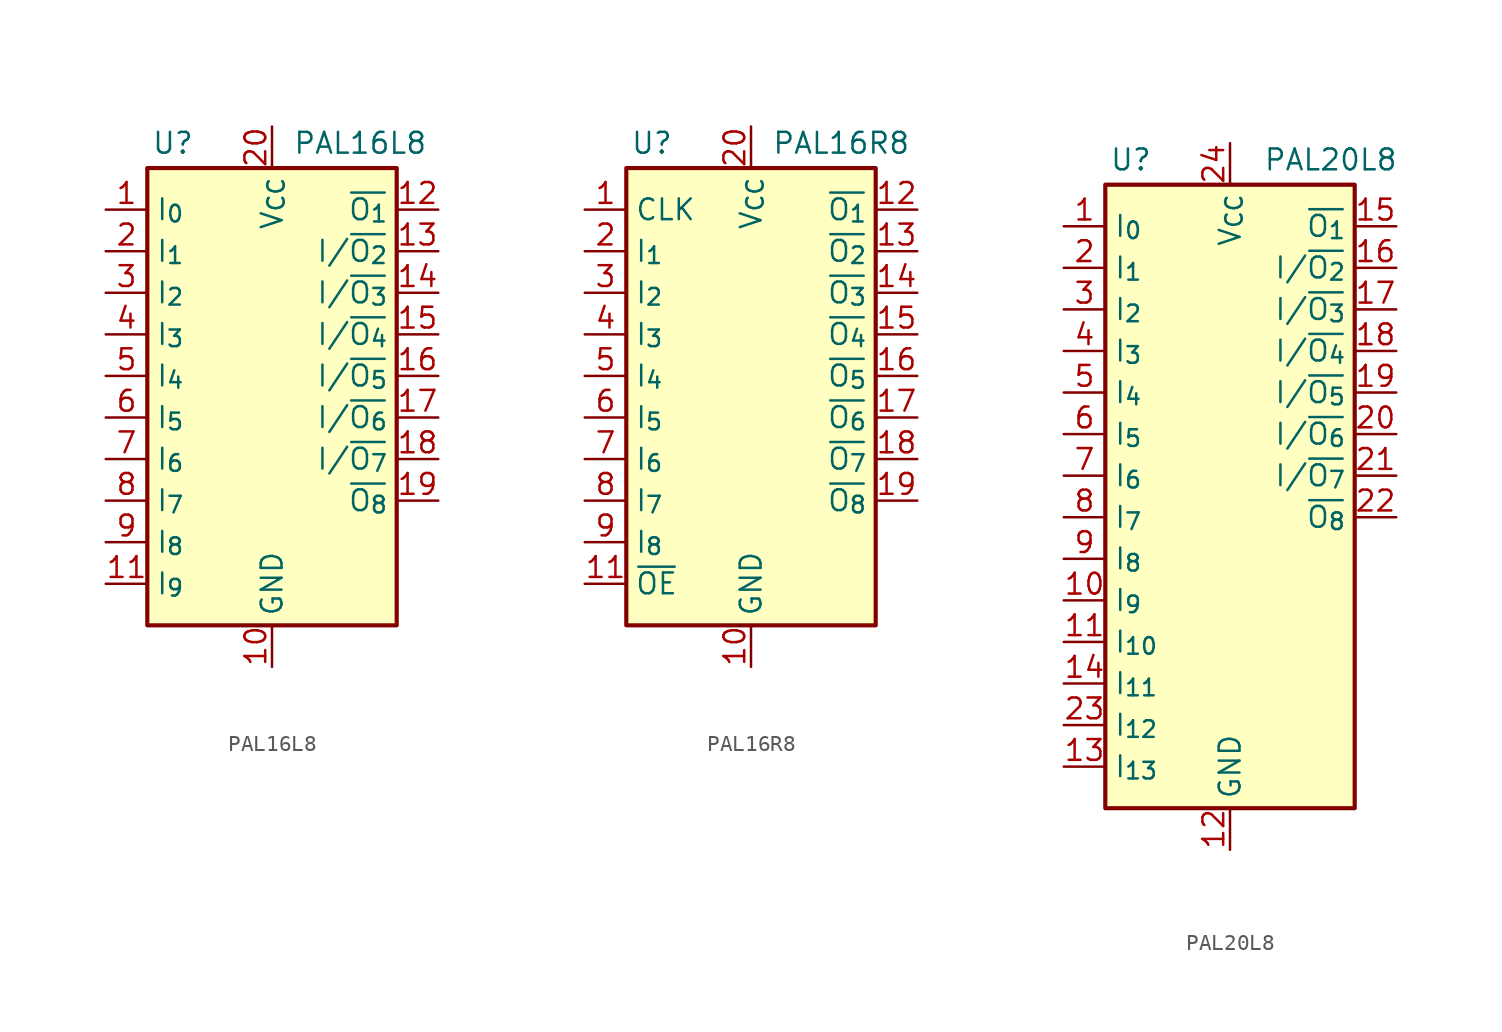
<source format=kicad_sym>
(kicad_symbol_lib
  (version 20241209)
  (generator "kicad_symbol_editor")
  (generator_version "9.0")
  (symbol "PAL16L8"
    (property "Reference" "U"
      (at -7.366 16.764 0)
      (effects (font (size 1.27 1.27)) (justify left)))
    (property "Value" "PAL16L8"
      (at 1.27 16.764 0)
      (effects (font (size 1.27 1.27)) (justify left)))
    (symbol "PAL16L8_0_0"
      (pin power_in line (at 0 -15.24 90) (length 2.54) (name "GND" (effects (font (size 1.27 1.27)))) (number "10" (effects (font (size 1.27 1.27))))))
    (symbol "PAL16L8_0_1"
      (rectangle (start -7.62 15.24) (end 7.62 -12.7) (stroke (width 0.254) (type default)) (fill (type background))))
    (symbol "PAL16L8_1_0"
      (pin power_in line (at 0 17.78 270) (length 2.54) (name "V_{CC}" (effects (font (size 1.27 1.27)))) (number "20" (effects (font (size 1.27 1.27))))))
    (symbol "PAL16L8_1_1"
      (pin input line (at -10.16 12.7 0) (length 2.54) (name "I_{0}" (effects (font (size 1.27 1.27)))) (number "1" (effects (font (size 1.27 1.27)))))
      (pin input line (at -10.16 10.16 0) (length 2.54) (name "I_{1}" (effects (font (size 1.27 1.27)))) (number "2" (effects (font (size 1.27 1.27)))))
      (pin input line (at -10.16 7.62 0) (length 2.54) (name "I_{2}" (effects (font (size 1.27 1.27)))) (number "3" (effects (font (size 1.27 1.27)))))
      (pin input line (at -10.16 5.08 0) (length 2.54) (name "I_{3}" (effects (font (size 1.27 1.27)))) (number "4" (effects (font (size 1.27 1.27)))))
      (pin input line (at -10.16 2.54 0) (length 2.54) (name "I_{4}" (effects (font (size 1.27 1.27)))) (number "5" (effects (font (size 1.27 1.27)))))
      (pin input line (at -10.16 0 0) (length 2.54) (name "I_{5}" (effects (font (size 1.27 1.27)))) (number "6" (effects (font (size 1.27 1.27)))))
      (pin input line (at -10.16 -2.54 0) (length 2.54) (name "I_{6}" (effects (font (size 1.27 1.27)))) (number "7" (effects (font (size 1.27 1.27)))))
      (pin input line (at -10.16 -5.08 0) (length 2.54) (name "I_{7}" (effects (font (size 1.27 1.27)))) (number "8" (effects (font (size 1.27 1.27)))))
      (pin input line (at -10.16 -7.62 0) (length 2.54) (name "I_{8}" (effects (font (size 1.27 1.27)))) (number "9" (effects (font (size 1.27 1.27)))))
      (pin input line (at -10.16 -10.16 0) (length 2.54) (name "I_{9}" (effects (font (size 1.27 1.27)))) (number "11" (effects (font (size 1.27 1.27)))))
      (pin tri_state line (at 10.16 12.7 180) (length 2.54) (name "~{O_{1}}" (effects (font (size 1.27 1.27)))) (number "12" (effects (font (size 1.27 1.27)))))
      (pin bidirectional line (at 10.16 10.16 180) (length 2.54) (name "I/~{O_{2}}" (effects (font (size 1.27 1.27)))) (number "13" (effects (font (size 1.27 1.27)))))
      (pin bidirectional line (at 10.16 7.62 180) (length 2.54) (name "I/~{O_{3}}" (effects (font (size 1.27 1.27)))) (number "14" (effects (font (size 1.27 1.27)))))
      (pin bidirectional line (at 10.16 5.08 180) (length 2.54) (name "I/~{O_{4}}" (effects (font (size 1.27 1.27)))) (number "15" (effects (font (size 1.27 1.27)))))
      (pin bidirectional line (at 10.16 2.54 180) (length 2.54) (name "I/~{O_{5}}" (effects (font (size 1.27 1.27)))) (number "16" (effects (font (size 1.27 1.27)))))
      (pin bidirectional line (at 10.16 0 180) (length 2.54) (name "I/~{O_{6}}" (effects (font (size 1.27 1.27)))) (number "17" (effects (font (size 1.27 1.27)))))
      (pin bidirectional line (at 10.16 -2.54 180) (length 2.54) (name "I/~{O_{7}}" (effects (font (size 1.27 1.27)))) (number "18" (effects (font (size 1.27 1.27)))))
      (pin tri_state line (at 10.16 -5.08 180) (length 2.54) (name "~{O_{8}}" (effects (font (size 1.27 1.27)))) (number "19" (effects (font (size 1.27 1.27)))))))
  (symbol "PAL16R8"
    (property "Reference" "U"
      (at -7.366 16.764 0)
      (effects (font (size 1.27 1.27)) (justify left)))
    (property "Value" "PAL16R8"
      (at 1.27 16.764 0)
      (effects (font (size 1.27 1.27)) (justify left)))
    (symbol "PAL16R8_0_0"
      (pin power_in line (at 0 -15.24 90) (length 2.54) (name "GND" (effects (font (size 1.27 1.27)))) (number "10" (effects (font (size 1.27 1.27))))))
    (symbol "PAL16R8_0_1"
      (rectangle (start -7.62 15.24) (end 7.62 -12.7) (stroke (width 0.254) (type default)) (fill (type background))))
    (symbol "PAL16R8_1_0"
      (pin power_in line (at 0 17.78 270) (length 2.54) (name "V_{CC}" (effects (font (size 1.27 1.27)))) (number "20" (effects (font (size 1.27 1.27))))))
    (symbol "PAL16R8_1_1"
      (pin input line (at -10.16 12.7 0) (length 2.54) (name "CLK" (effects (font (size 1.27 1.27)))) (number "1" (effects (font (size 1.27 1.27)))))
      (pin input line (at -10.16 10.16 0) (length 2.54) (name "I_{1}" (effects (font (size 1.27 1.27)))) (number "2" (effects (font (size 1.27 1.27)))))
      (pin input line (at -10.16 7.62 0) (length 2.54) (name "I_{2}" (effects (font (size 1.27 1.27)))) (number "3" (effects (font (size 1.27 1.27)))))
      (pin input line (at -10.16 5.08 0) (length 2.54) (name "I_{3}" (effects (font (size 1.27 1.27)))) (number "4" (effects (font (size 1.27 1.27)))))
      (pin input line (at -10.16 2.54 0) (length 2.54) (name "I_{4}" (effects (font (size 1.27 1.27)))) (number "5" (effects (font (size 1.27 1.27)))))
      (pin input line (at -10.16 0 0) (length 2.54) (name "I_{5}" (effects (font (size 1.27 1.27)))) (number "6" (effects (font (size 1.27 1.27)))))
      (pin input line (at -10.16 -2.54 0) (length 2.54) (name "I_{6}" (effects (font (size 1.27 1.27)))) (number "7" (effects (font (size 1.27 1.27)))))
      (pin input line (at -10.16 -5.08 0) (length 2.54) (name "I_{7}" (effects (font (size 1.27 1.27)))) (number "8" (effects (font (size 1.27 1.27)))))
      (pin input line (at -10.16 -7.62 0) (length 2.54) (name "I_{8}" (effects (font (size 1.27 1.27)))) (number "9" (effects (font (size 1.27 1.27)))))
      (pin input line (at -10.16 -10.16 0) (length 2.54) (name "~{OE}" (effects (font (size 1.27 1.27)))) (number "11" (effects (font (size 1.27 1.27)))))
      (pin tri_state line (at 10.16 12.7 180) (length 2.54) (name "~{O_{1}}" (effects (font (size 1.27 1.27)))) (number "12" (effects (font (size 1.27 1.27)))))
      (pin tri_state line (at 10.16 10.16 180) (length 2.54) (name "~{O_{2}}" (effects (font (size 1.27 1.27)))) (number "13" (effects (font (size 1.27 1.27)))))
      (pin tri_state line (at 10.16 7.62 180) (length 2.54) (name "~{O_{3}}" (effects (font (size 1.27 1.27)))) (number "14" (effects (font (size 1.27 1.27)))))
      (pin tri_state line (at 10.16 5.08 180) (length 2.54) (name "~{O_{4}}" (effects (font (size 1.27 1.27)))) (number "15" (effects (font (size 1.27 1.27)))))
      (pin tri_state line (at 10.16 2.54 180) (length 2.54) (name "~{O_{5}}" (effects (font (size 1.27 1.27)))) (number "16" (effects (font (size 1.27 1.27)))))
      (pin tri_state line (at 10.16 0 180) (length 2.54) (name "~{O_{6}}" (effects (font (size 1.27 1.27)))) (number "17" (effects (font (size 1.27 1.27)))))
      (pin tri_state line (at 10.16 -2.54 180) (length 2.54) (name "~{O_{7}}" (effects (font (size 1.27 1.27)))) (number "18" (effects (font (size 1.27 1.27)))))
      (pin tri_state line (at 10.16 -5.08 180) (length 2.54) (name "~{O_{8}}" (effects (font (size 1.27 1.27)))) (number "19" (effects (font (size 1.27 1.27)))))))
  (symbol "PAL20L8"
    (property "Reference" "U"
      (at -7.366 21.844 0)
      (effects (font (size 1.27 1.27)) (justify left)))
    (property "Value" "PAL20L8"
      (at 2.032 21.844 0)
      (effects (font (size 1.27 1.27)) (justify left)))
    (symbol "PAL20L8_0_0"
      (pin power_in line (at 0 -20.32 90) (length 2.54) (name "GND" (effects (font (size 1.27 1.27)))) (number "12" (effects (font (size 1.27 1.27))))))
    (symbol "PAL20L8_0_1"
      (rectangle (start -7.62 20.32) (end 7.62 -17.78) (stroke (width 0.254) (type default)) (fill (type background))))
    (symbol "PAL20L8_1_0"
      (pin power_in line (at 0 22.86 270) (length 2.54) (name "V_{CC}" (effects (font (size 1.27 1.27)))) (number "24" (effects (font (size 1.27 1.27))))))
    (symbol "PAL20L8_1_1"
      (pin input line (at -10.16 17.78 0) (length 2.54) (name "I_{0}" (effects (font (size 1.27 1.27)))) (number "1" (effects (font (size 1.27 1.27)))))
      (pin input line (at -10.16 15.24 0) (length 2.54) (name "I_{1}" (effects (font (size 1.27 1.27)))) (number "2" (effects (font (size 1.27 1.27)))))
      (pin input line (at -10.16 12.7 0) (length 2.54) (name "I_{2}" (effects (font (size 1.27 1.27)))) (number "3" (effects (font (size 1.27 1.27)))))
      (pin input line (at -10.16 10.16 0) (length 2.54) (name "I_{3}" (effects (font (size 1.27 1.27)))) (number "4" (effects (font (size 1.27 1.27)))))
      (pin input line (at -10.16 7.62 0) (length 2.54) (name "I_{4}" (effects (font (size 1.27 1.27)))) (number "5" (effects (font (size 1.27 1.27)))))
      (pin input line (at -10.16 5.08 0) (length 2.54) (name "I_{5}" (effects (font (size 1.27 1.27)))) (number "6" (effects (font (size 1.27 1.27)))))
      (pin input line (at -10.16 2.54 0) (length 2.54) (name "I_{6}" (effects (font (size 1.27 1.27)))) (number "7" (effects (font (size 1.27 1.27)))))
      (pin input line (at -10.16 0 0) (length 2.54) (name "I_{7}" (effects (font (size 1.27 1.27)))) (number "8" (effects (font (size 1.27 1.27)))))
      (pin input line (at -10.16 -2.54 0) (length 2.54) (name "I_{8}" (effects (font (size 1.27 1.27)))) (number "9" (effects (font (size 1.27 1.27)))))
      (pin input line (at -10.16 -5.08 0) (length 2.54) (name "I_{9}" (effects (font (size 1.27 1.27)))) (number "10" (effects (font (size 1.27 1.27)))))
      (pin input line (at -10.16 -7.62 0) (length 2.54) (name "I_{10}" (effects (font (size 1.27 1.27)))) (number "11" (effects (font (size 1.27 1.27)))))
      (pin input line (at -10.16 -10.16 0) (length 2.54) (name "I_{11}" (effects (font (size 1.27 1.27)))) (number "14" (effects (font (size 1.27 1.27)))))
      (pin input line (at -10.16 -12.7 0) (length 2.54) (name "I_{12}" (effects (font (size 1.27 1.27)))) (number "23" (effects (font (size 1.27 1.27)))))
      (pin input line (at -10.16 -15.24 0) (length 2.54) (name "I_{13}" (effects (font (size 1.27 1.27)))) (number "13" (effects (font (size 1.27 1.27)))))
      (pin tri_state line (at 10.16 17.78 180) (length 2.54) (name "~{O_{1}}" (effects (font (size 1.27 1.27)))) (number "15" (effects (font (size 1.27 1.27)))))
      (pin bidirectional line (at 10.16 15.24 180) (length 2.54) (name "I/~{O_{2}}" (effects (font (size 1.27 1.27)))) (number "16" (effects (font (size 1.27 1.27)))))
      (pin bidirectional line (at 10.16 12.7 180) (length 2.54) (name "I/~{O_{3}}" (effects (font (size 1.27 1.27)))) (number "17" (effects (font (size 1.27 1.27)))))
      (pin bidirectional line (at 10.16 10.16 180) (length 2.54) (name "I/~{O_{4}}" (effects (font (size 1.27 1.27)))) (number "18" (effects (font (size 1.27 1.27)))))
      (pin bidirectional line (at 10.16 7.62 180) (length 2.54) (name "I/~{O_{5}}" (effects (font (size 1.27 1.27)))) (number "19" (effects (font (size 1.27 1.27)))))
      (pin bidirectional line (at 10.16 5.08 180) (length 2.54) (name "I/~{O_{6}}" (effects (font (size 1.27 1.27)))) (number "20" (effects (font (size 1.27 1.27)))))
      (pin bidirectional line (at 10.16 2.54 180) (length 2.54) (name "I/~{O_{7}}" (effects (font (size 1.27 1.27)))) (number "21" (effects (font (size 1.27 1.27)))))
      (pin tri_state line (at 10.16 0 180) (length 2.54) (name "~{O_{8}}" (effects (font (size 1.27 1.27)))) (number "22" (effects (font (size 1.27 1.27))))))))
</source>
